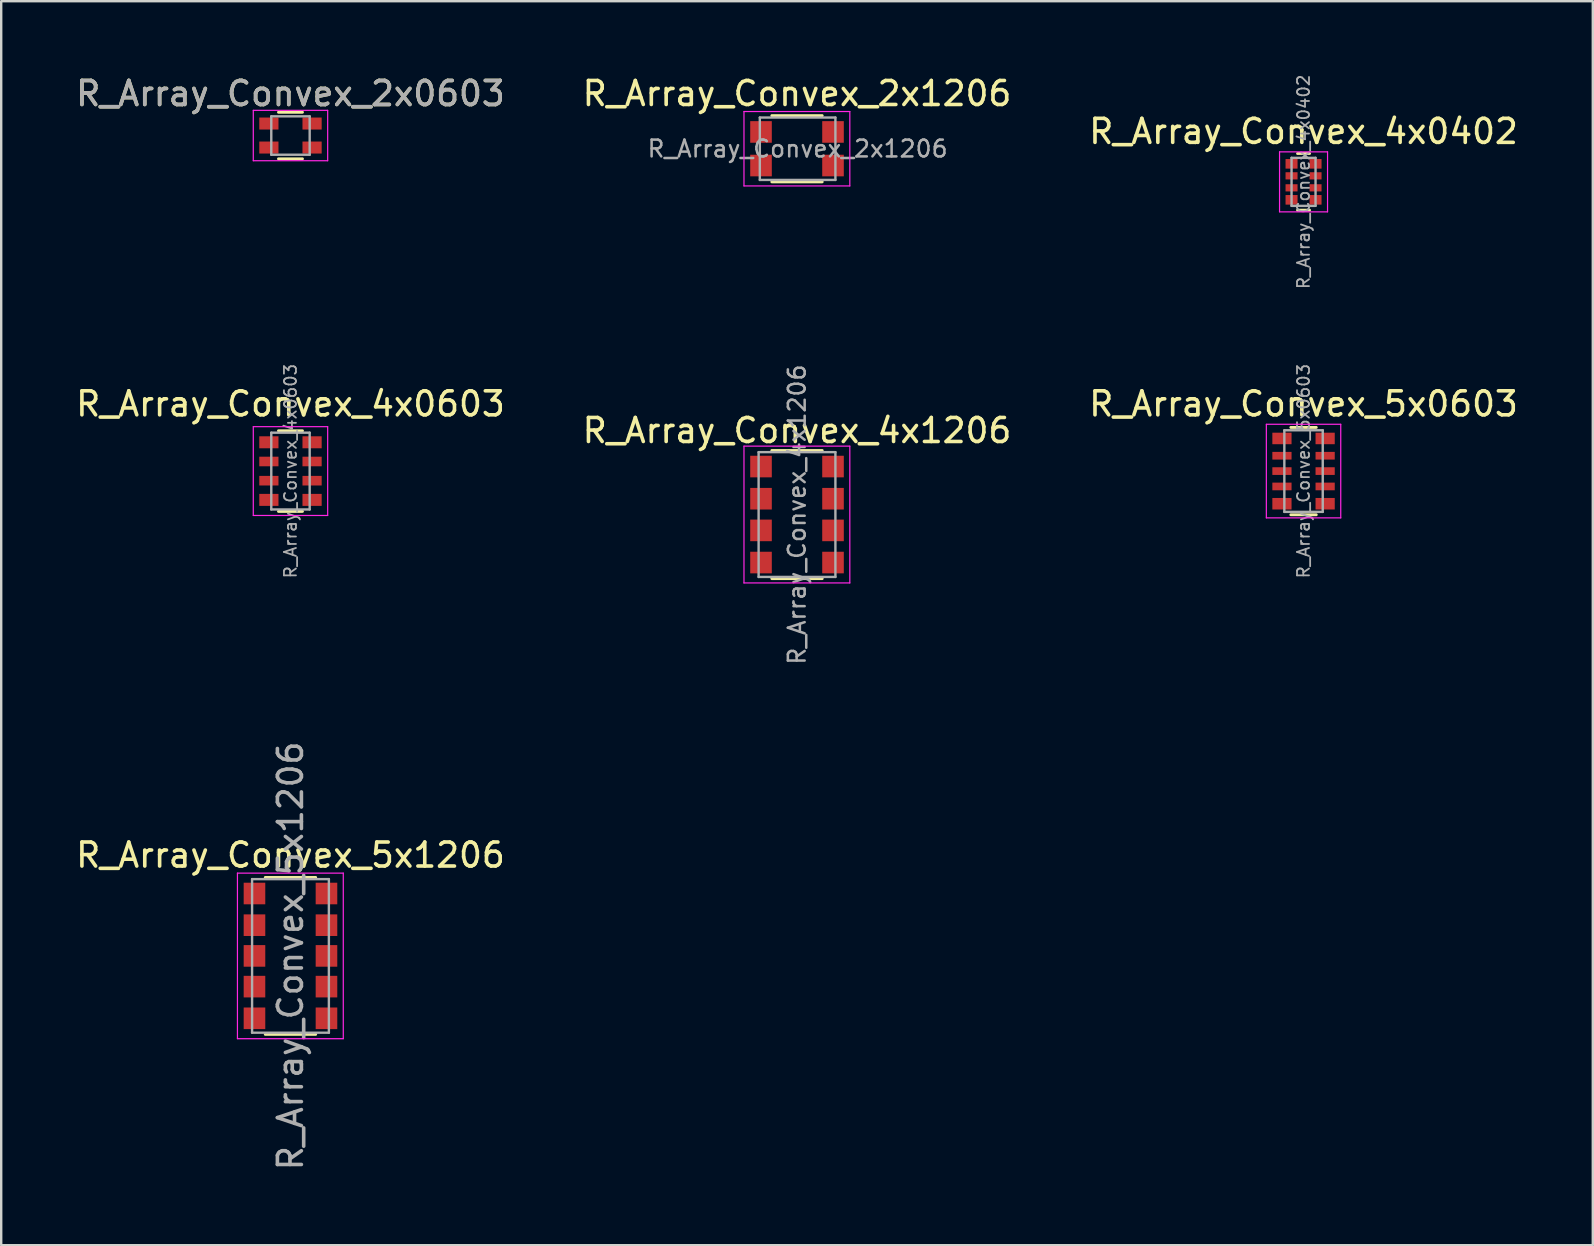
<source format=kicad_pcb>
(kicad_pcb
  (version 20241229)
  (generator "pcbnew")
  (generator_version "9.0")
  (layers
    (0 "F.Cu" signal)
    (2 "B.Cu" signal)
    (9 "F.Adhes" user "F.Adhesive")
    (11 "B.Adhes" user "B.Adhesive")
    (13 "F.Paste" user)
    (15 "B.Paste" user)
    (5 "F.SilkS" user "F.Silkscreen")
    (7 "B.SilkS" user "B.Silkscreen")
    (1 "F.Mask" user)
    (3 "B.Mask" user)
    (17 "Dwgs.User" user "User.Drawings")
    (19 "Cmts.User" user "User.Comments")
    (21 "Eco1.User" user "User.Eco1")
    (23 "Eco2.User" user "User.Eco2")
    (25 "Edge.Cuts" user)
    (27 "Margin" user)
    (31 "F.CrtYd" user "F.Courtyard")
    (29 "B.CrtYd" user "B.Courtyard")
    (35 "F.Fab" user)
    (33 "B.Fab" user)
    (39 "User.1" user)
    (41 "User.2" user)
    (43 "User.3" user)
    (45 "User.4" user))
  (footprint "R_Array_Convex_2x0603"
    (layer "F.Cu")
    (at 9.054 2.598)
    (property "Reference" "R_Array_Convex_2x0603" (at 0 -1.75 0) (layer "F.SilkS") (effects (font (size 1 1) (thickness 0.15))))
    (attr smd)
    (fp_line (start 0.5 -0.97) (end -0.5 -0.97) (stroke (width 0.12) (type solid)) (layer "F.SilkS"))
    (fp_line (start 0.5 0.97) (end -0.5 0.97) (stroke (width 0.12) (type solid)) (layer "F.SilkS"))
    (fp_line (start -1.55 -1.05) (end -1.55 1.05) (stroke (width 0.05) (type solid)) (layer "F.CrtYd"))
    (fp_line (start -1.55 -1.05) (end 1.55 -1.05) (stroke (width 0.05) (type solid)) (layer "F.CrtYd"))
    (fp_line (start 1.55 1.05) (end -1.55 1.05) (stroke (width 0.05) (type solid)) (layer "F.CrtYd"))
    (fp_line (start 1.55 1.05) (end 1.55 -1.05) (stroke (width 0.05) (type solid)) (layer "F.CrtYd"))
    (fp_line (start -0.8 -0.8) (end 0.8 -0.8) (stroke (width 0.1) (type solid)) (layer "F.Fab"))
    (fp_line (start -0.8 0.8) (end -0.8 -0.8) (stroke (width 0.1) (type solid)) (layer "F.Fab"))
    (fp_line (start 0.8 -0.8) (end 0.8 0.8) (stroke (width 0.1) (type solid)) (layer "F.Fab"))
    (fp_line (start 0.8 0.8) (end -0.8 0.8) (stroke (width 0.1) (type solid)) (layer "F.Fab"))
    (fp_text user "${REFERENCE}" (at 0 -1.75 0) (layer "F.Fab") (effects (font (size 1 1) (thickness 0.15))))
    (pad "1" smd rect (at -0.9 -0.5) (size 0.8 0.5) (layers "F.Cu" "F.Mask" "F.Paste"))
    (pad "2" smd rect (at -0.9 0.5) (size 0.8 0.5) (layers "F.Cu" "F.Mask" "F.Paste"))
    (pad "3" smd rect (at 0.9 0.5) (size 0.8 0.5) (layers "F.Cu" "F.Mask" "F.Paste"))
    (pad "4" smd rect (at 0.9 -0.5) (size 0.8 0.5) (layers "F.Cu" "F.Mask" "F.Paste")))
  (footprint "R_Array_Convex_5x0603"
    (layer "F.Cu")
    (at 51.268 16.58)
    (property "Reference" "R_Array_Convex_5x0603" (at 0 -2.8 0) (layer "F.SilkS") (effects (font (size 1 1) (thickness 0.15))))
    (attr smd)
    (fp_line (start 0.53 -1.82) (end -0.53 -1.82) (stroke (width 0.12) (type solid)) (layer "F.SilkS"))
    (fp_line (start 0.53 1.82) (end -0.53 1.82) (stroke (width 0.12) (type solid)) (layer "F.SilkS"))
    (fp_line (start -1.55 -1.95) (end -1.55 1.95) (stroke (width 0.05) (type solid)) (layer "F.CrtYd"))
    (fp_line (start -1.55 -1.95) (end 1.55 -1.95) (stroke (width 0.05) (type solid)) (layer "F.CrtYd"))
    (fp_line (start 1.55 1.95) (end -1.55 1.95) (stroke (width 0.05) (type solid)) (layer "F.CrtYd"))
    (fp_line (start 1.55 1.95) (end 1.55 -1.95) (stroke (width 0.05) (type solid)) (layer "F.CrtYd"))
    (fp_line (start -0.8 -1.7) (end -0.8 1.7) (stroke (width 0.1) (type solid)) (layer "F.Fab"))
    (fp_line (start -0.8 1.7) (end 0.8 1.7) (stroke (width 0.1) (type solid)) (layer "F.Fab"))
    (fp_line (start 0.8 -1.7) (end -0.8 -1.7) (stroke (width 0.1) (type solid)) (layer "F.Fab"))
    (fp_line (start 0.8 1.7) (end 0.8 -1.7) (stroke (width 0.1) (type solid)) (layer "F.Fab"))
    (fp_text user "${REFERENCE}" (at 0 0 90) (layer "F.Fab") (effects (font (size 0.5 0.5) (thickness 0.075))))
    (pad "1" smd rect (at -0.9 -1.36) (size 0.8 0.48) (layers "F.Cu" "F.Mask" "F.Paste"))
    (pad "2" smd rect (at -0.9 -0.64) (size 0.8 0.32) (layers "F.Cu" "F.Mask" "F.Paste"))
    (pad "3" smd rect (at -0.9 0) (size 0.8 0.32) (layers "F.Cu" "F.Mask" "F.Paste"))
    (pad "4" smd rect (at -0.9 0.64) (size 0.8 0.32) (layers "F.Cu" "F.Mask" "F.Paste"))
    (pad "5" smd rect (at -0.9 1.36) (size 0.8 0.48) (layers "F.Cu" "F.Mask" "F.Paste"))
    (pad "6" smd rect (at 0.9 1.36) (size 0.8 0.48) (layers "F.Cu" "F.Mask" "F.Paste"))
    (pad "7" smd rect (at 0.9 0.64) (size 0.8 0.32) (layers "F.Cu" "F.Mask" "F.Paste"))
    (pad "8" smd rect (at 0.9 0) (size 0.8 0.32) (layers "F.Cu" "F.Mask" "F.Paste"))
    (pad "9" smd rect (at 0.9 -0.64) (size 0.8 0.32) (layers "F.Cu" "F.Mask" "F.Paste"))
    (pad "10" smd rect (at 0.9 -1.36) (size 0.8 0.48) (layers "F.Cu" "F.Mask" "F.Paste")))
  (footprint "R_Array_Convex_5x1206"
    (layer "F.Cu")
    (at 9.054 36.782)
    (property "Reference" "R_Array_Convex_5x1206" (at 0 -4.2 0) (layer "F.SilkS") (effects (font (size 1 1) (thickness 0.15))))
    (attr smd)
    (fp_line (start 1.05 -3.27) (end -1.05 -3.27) (stroke (width 0.12) (type solid)) (layer "F.SilkS"))
    (fp_line (start 1.05 3.27) (end -1.05 3.27) (stroke (width 0.12) (type solid)) (layer "F.SilkS"))
    (fp_line (start -2.21 -3.45) (end -2.21 3.45) (stroke (width 0.05) (type solid)) (layer "F.CrtYd"))
    (fp_line (start -2.21 -3.45) (end 2.2 -3.45) (stroke (width 0.05) (type solid)) (layer "F.CrtYd"))
    (fp_line (start 2.2 3.45) (end -2.21 3.45) (stroke (width 0.05) (type solid)) (layer "F.CrtYd"))
    (fp_line (start 2.2 3.45) (end 2.2 -3.45) (stroke (width 0.05) (type solid)) (layer "F.CrtYd"))
    (fp_line (start -1.6 -3.2) (end 1.6 -3.2) (stroke (width 0.1) (type solid)) (layer "F.Fab"))
    (fp_line (start -1.6 3.2) (end -1.6 -3.2) (stroke (width 0.1) (type solid)) (layer "F.Fab"))
    (fp_line (start 1.6 -3.2) (end 1.6 3.2) (stroke (width 0.1) (type solid)) (layer "F.Fab"))
    (fp_line (start 1.6 3.2) (end -1.6 3.2) (stroke (width 0.1) (type solid)) (layer "F.Fab"))
    (fp_text user "${REFERENCE}" (at 0 0 90) (layer "F.Fab") (effects (font (size 1 1) (thickness 0.15))))
    (pad "1" smd rect (at -1.5 -2.6) (size 0.9 0.9) (layers "F.Cu" "F.Mask" "F.Paste"))
    (pad "2" smd rect (at -1.5 -1.28) (size 0.9 0.9) (layers "F.Cu" "F.Mask" "F.Paste"))
    (pad "3" smd rect (at -1.5 0) (size 0.9 0.9) (layers "F.Cu" "F.Mask" "F.Paste"))
    (pad "4" smd rect (at -1.5 1.28) (size 0.9 0.9) (layers "F.Cu" "F.Mask" "F.Paste"))
    (pad "5" smd rect (at -1.5 2.6) (size 0.9 0.9) (layers "F.Cu" "F.Mask" "F.Paste"))
    (pad "6" smd rect (at 1.5 2.6) (size 0.9 0.9) (layers "F.Cu" "F.Mask" "F.Paste"))
    (pad "7" smd rect (at 1.5 1.28) (size 0.9 0.9) (layers "F.Cu" "F.Mask" "F.Paste"))
    (pad "8" smd rect (at 1.5 0) (size 0.9 0.9) (layers "F.Cu" "F.Mask" "F.Paste"))
    (pad "9" smd rect (at 1.5 -1.28) (size 0.9 0.9) (layers "F.Cu" "F.Mask" "F.Paste"))
    (pad "10" smd rect (at 1.5 -2.6) (size 0.9 0.9) (layers "F.Cu" "F.Mask" "F.Paste")))
  (footprint "R_Array_Convex_4x1206"
    (layer "F.Cu")
    (at 30.161 18.391)
    (property "Reference" "R_Array_Convex_4x1206" (at 0 -3.5 0) (layer "F.SilkS") (effects (font (size 1 1) (thickness 0.15))))
    (attr smd)
    (fp_line (start 1.05 -2.67) (end -1.05 -2.67) (stroke (width 0.12) (type solid)) (layer "F.SilkS"))
    (fp_line (start 1.05 2.67) (end -1.05 2.67) (stroke (width 0.12) (type solid)) (layer "F.SilkS"))
    (fp_line (start -2.21 -2.85) (end -2.21 2.85) (stroke (width 0.05) (type solid)) (layer "F.CrtYd"))
    (fp_line (start -2.21 -2.85) (end 2.2 -2.85) (stroke (width 0.05) (type solid)) (layer "F.CrtYd"))
    (fp_line (start 2.2 2.85) (end -2.21 2.85) (stroke (width 0.05) (type solid)) (layer "F.CrtYd"))
    (fp_line (start 2.2 2.85) (end 2.2 -2.85) (stroke (width 0.05) (type solid)) (layer "F.CrtYd"))
    (fp_line (start -1.6 -2.6) (end -1.6 2.6) (stroke (width 0.1) (type solid)) (layer "F.Fab"))
    (fp_line (start -1.6 2.6) (end 1.6 2.6) (stroke (width 0.1) (type solid)) (layer "F.Fab"))
    (fp_line (start 1.6 -2.6) (end -1.6 -2.6) (stroke (width 0.1) (type solid)) (layer "F.Fab"))
    (fp_line (start 1.6 2.6) (end 1.6 -2.6) (stroke (width 0.1) (type solid)) (layer "F.Fab"))
    (fp_text user "${REFERENCE}" (at 0 0 90) (layer "F.Fab") (effects (font (size 0.7 0.7) (thickness 0.105))))
    (pad "1" smd rect (at -1.5 -2) (size 0.9 0.9) (layers "F.Cu" "F.Mask" "F.Paste"))
    (pad "2" smd rect (at -1.5 -0.66) (size 0.9 0.9) (layers "F.Cu" "F.Mask" "F.Paste"))
    (pad "3" smd rect (at -1.5 0.66) (size 0.9 0.9) (layers "F.Cu" "F.Mask" "F.Paste"))
    (pad "4" smd rect (at -1.5 2) (size 0.9 0.9) (layers "F.Cu" "F.Mask" "F.Paste"))
    (pad "5" smd rect (at 1.5 2) (size 0.9 0.9) (layers "F.Cu" "F.Mask" "F.Paste"))
    (pad "6" smd rect (at 1.5 0.66) (size 0.9 0.9) (layers "F.Cu" "F.Mask" "F.Paste"))
    (pad "7" smd rect (at 1.5 -0.66) (size 0.9 0.9) (layers "F.Cu" "F.Mask" "F.Paste"))
    (pad "8" smd rect (at 1.5 -2) (size 0.9 0.9) (layers "F.Cu" "F.Mask" "F.Paste")))
  (footprint "R_Array_Convex_4x0402"
    (layer "F.Cu")
    (at 51.268 4.527)
    (property "Reference" "R_Array_Convex_4x0402" (at 0 -2.1 0) (layer "F.SilkS") (effects (font (size 1 1) (thickness 0.15))))
    (attr smd)
    (fp_line (start 0.25 -1.18) (end -0.25 -1.18) (stroke (width 0.12) (type solid)) (layer "F.SilkS"))
    (fp_line (start 0.25 1.18) (end -0.25 1.18) (stroke (width 0.12) (type solid)) (layer "F.SilkS"))
    (fp_line (start -1 -1.25) (end -1 1.25) (stroke (width 0.05) (type solid)) (layer "F.CrtYd"))
    (fp_line (start -1 -1.25) (end 1 -1.25) (stroke (width 0.05) (type solid)) (layer "F.CrtYd"))
    (fp_line (start 1 1.25) (end -1 1.25) (stroke (width 0.05) (type solid)) (layer "F.CrtYd"))
    (fp_line (start 1 1.25) (end 1 -1.25) (stroke (width 0.05) (type solid)) (layer "F.CrtYd"))
    (fp_line (start -0.5 -1) (end 0.5 -1) (stroke (width 0.1) (type solid)) (layer "F.Fab"))
    (fp_line (start -0.5 1) (end -0.5 -1) (stroke (width 0.1) (type solid)) (layer "F.Fab"))
    (fp_line (start 0.5 -1) (end 0.5 1) (stroke (width 0.1) (type solid)) (layer "F.Fab"))
    (fp_line (start 0.5 1) (end -0.5 1) (stroke (width 0.1) (type solid)) (layer "F.Fab"))
    (fp_text user "${REFERENCE}" (at 0 0 90) (layer "F.Fab") (effects (font (size 0.5 0.5) (thickness 0.075))))
    (pad "1" smd rect (at -0.5 -0.75) (size 0.5 0.4) (layers "F.Cu" "F.Mask" "F.Paste"))
    (pad "2" smd rect (at -0.5 -0.25) (size 0.5 0.3) (layers "F.Cu" "F.Mask" "F.Paste"))
    (pad "3" smd rect (at -0.5 0.25) (size 0.5 0.3) (layers "F.Cu" "F.Mask" "F.Paste"))
    (pad "4" smd rect (at -0.5 0.75) (size 0.5 0.4) (layers "F.Cu" "F.Mask" "F.Paste"))
    (pad "5" smd rect (at 0.5 0.75) (size 0.5 0.4) (layers "F.Cu" "F.Mask" "F.Paste"))
    (pad "6" smd rect (at 0.5 0.25) (size 0.5 0.3) (layers "F.Cu" "F.Mask" "F.Paste"))
    (pad "7" smd rect (at 0.5 -0.25) (size 0.5 0.3) (layers "F.Cu" "F.Mask" "F.Paste"))
    (pad "8" smd rect (at 0.5 -0.75) (size 0.5 0.4) (layers "F.Cu" "F.Mask" "F.Paste")))
  (footprint "R_Array_Convex_2x1206"
    (layer "F.Cu")
    (at 30.161 3.148)
    (property "Reference" "R_Array_Convex_2x1206" (at 0 -2.3 0) (layer "F.SilkS") (effects (font (size 1 1) (thickness 0.15))))
    (attr smd)
    (fp_line (start 1.05 -1.38) (end -1.05 -1.38) (stroke (width 0.12) (type solid)) (layer "F.SilkS"))
    (fp_line (start 1.05 1.38) (end -1.05 1.38) (stroke (width 0.12) (type solid)) (layer "F.SilkS"))
    (fp_line (start -2.21 -1.55) (end -2.21 1.55) (stroke (width 0.05) (type solid)) (layer "F.CrtYd"))
    (fp_line (start -2.21 -1.55) (end 2.2 -1.55) (stroke (width 0.05) (type solid)) (layer "F.CrtYd"))
    (fp_line (start 2.2 1.55) (end -2.21 1.55) (stroke (width 0.05) (type solid)) (layer "F.CrtYd"))
    (fp_line (start 2.2 1.55) (end 2.2 -1.55) (stroke (width 0.05) (type solid)) (layer "F.CrtYd"))
    (fp_line (start -1.55 -1.3) (end 1.6 -1.3) (stroke (width 0.1) (type solid)) (layer "F.Fab"))
    (fp_line (start -1.55 1.3) (end -1.55 -1.3) (stroke (width 0.1) (type solid)) (layer "F.Fab"))
    (fp_line (start 1.6 -1.3) (end 1.6 1.3) (stroke (width 0.1) (type solid)) (layer "F.Fab"))
    (fp_line (start 1.6 1.3) (end -1.55 1.3) (stroke (width 0.1) (type solid)) (layer "F.Fab"))
    (fp_text user "${REFERENCE}" (at 0.025 0 0) (layer "F.Fab") (effects (font (size 0.7 0.7) (thickness 0.105))))
    (pad "1" smd rect (at -1.5 -0.7) (size 0.9 0.9) (layers "F.Cu" "F.Mask" "F.Paste"))
    (pad "2" smd rect (at -1.5 0.7) (size 0.9 0.9) (layers "F.Cu" "F.Mask" "F.Paste"))
    (pad "3" smd rect (at 1.5 0.7) (size 0.9 0.9) (layers "F.Cu" "F.Mask" "F.Paste"))
    (pad "4" smd rect (at 1.5 -0.7) (size 0.9 0.9) (layers "F.Cu" "F.Mask" "F.Paste")))
  (footprint "R_Array_Convex_4x0603"
    (layer "F.Cu")
    (at 9.054 16.58)
    (property "Reference" "R_Array_Convex_4x0603" (at 0 -2.8 0) (layer "F.SilkS") (effects (font (size 1 1) (thickness 0.15))))
    (attr smd)
    (fp_line (start 0.5 -1.68) (end -0.5 -1.68) (stroke (width 0.12) (type solid)) (layer "F.SilkS"))
    (fp_line (start 0.5 1.68) (end -0.5 1.68) (stroke (width 0.12) (type solid)) (layer "F.SilkS"))
    (fp_line (start -1.55 -1.85) (end -1.55 1.85) (stroke (width 0.05) (type solid)) (layer "F.CrtYd"))
    (fp_line (start -1.55 -1.85) (end 1.55 -1.85) (stroke (width 0.05) (type solid)) (layer "F.CrtYd"))
    (fp_line (start 1.55 1.85) (end -1.55 1.85) (stroke (width 0.05) (type solid)) (layer "F.CrtYd"))
    (fp_line (start 1.55 1.85) (end 1.55 -1.85) (stroke (width 0.05) (type solid)) (layer "F.CrtYd"))
    (fp_line (start -0.8 -1.6) (end 0.8 -1.6) (stroke (width 0.1) (type solid)) (layer "F.Fab"))
    (fp_line (start -0.8 1.6) (end -0.8 -1.6) (stroke (width 0.1) (type solid)) (layer "F.Fab"))
    (fp_line (start 0.8 -1.6) (end 0.8 1.6) (stroke (width 0.1) (type solid)) (layer "F.Fab"))
    (fp_line (start 0.8 1.6) (end -0.8 1.6) (stroke (width 0.1) (type solid)) (layer "F.Fab"))
    (fp_text user "${REFERENCE}" (at 0 0 90) (layer "F.Fab") (effects (font (size 0.5 0.5) (thickness 0.075))))
    (pad "1" smd rect (at -0.9 -1.2) (size 0.8 0.5) (layers "F.Cu" "F.Mask" "F.Paste"))
    (pad "2" smd rect (at -0.9 -0.4) (size 0.8 0.4) (layers "F.Cu" "F.Mask" "F.Paste"))
    (pad "3" smd rect (at -0.9 0.4) (size 0.8 0.4) (layers "F.Cu" "F.Mask" "F.Paste"))
    (pad "4" smd rect (at -0.9 1.2) (size 0.8 0.5) (layers "F.Cu" "F.Mask" "F.Paste"))
    (pad "5" smd rect (at 0.9 1.2) (size 0.8 0.5) (layers "F.Cu" "F.Mask" "F.Paste"))
    (pad "6" smd rect (at 0.9 0.4) (size 0.8 0.4) (layers "F.Cu" "F.Mask" "F.Paste"))
    (pad "7" smd rect (at 0.9 -0.4) (size 0.8 0.4) (layers "F.Cu" "F.Mask" "F.Paste"))
    (pad "8" smd rect (at 0.9 -1.2) (size 0.8 0.5) (layers "F.Cu" "F.Mask" "F.Paste")))
  (gr_rect
    (start -3 -3)
    (end 63.321 48.836)
    (stroke (width 0.1) (type default))
    (fill no)
    (layer "Edge.Cuts")))
</source>
